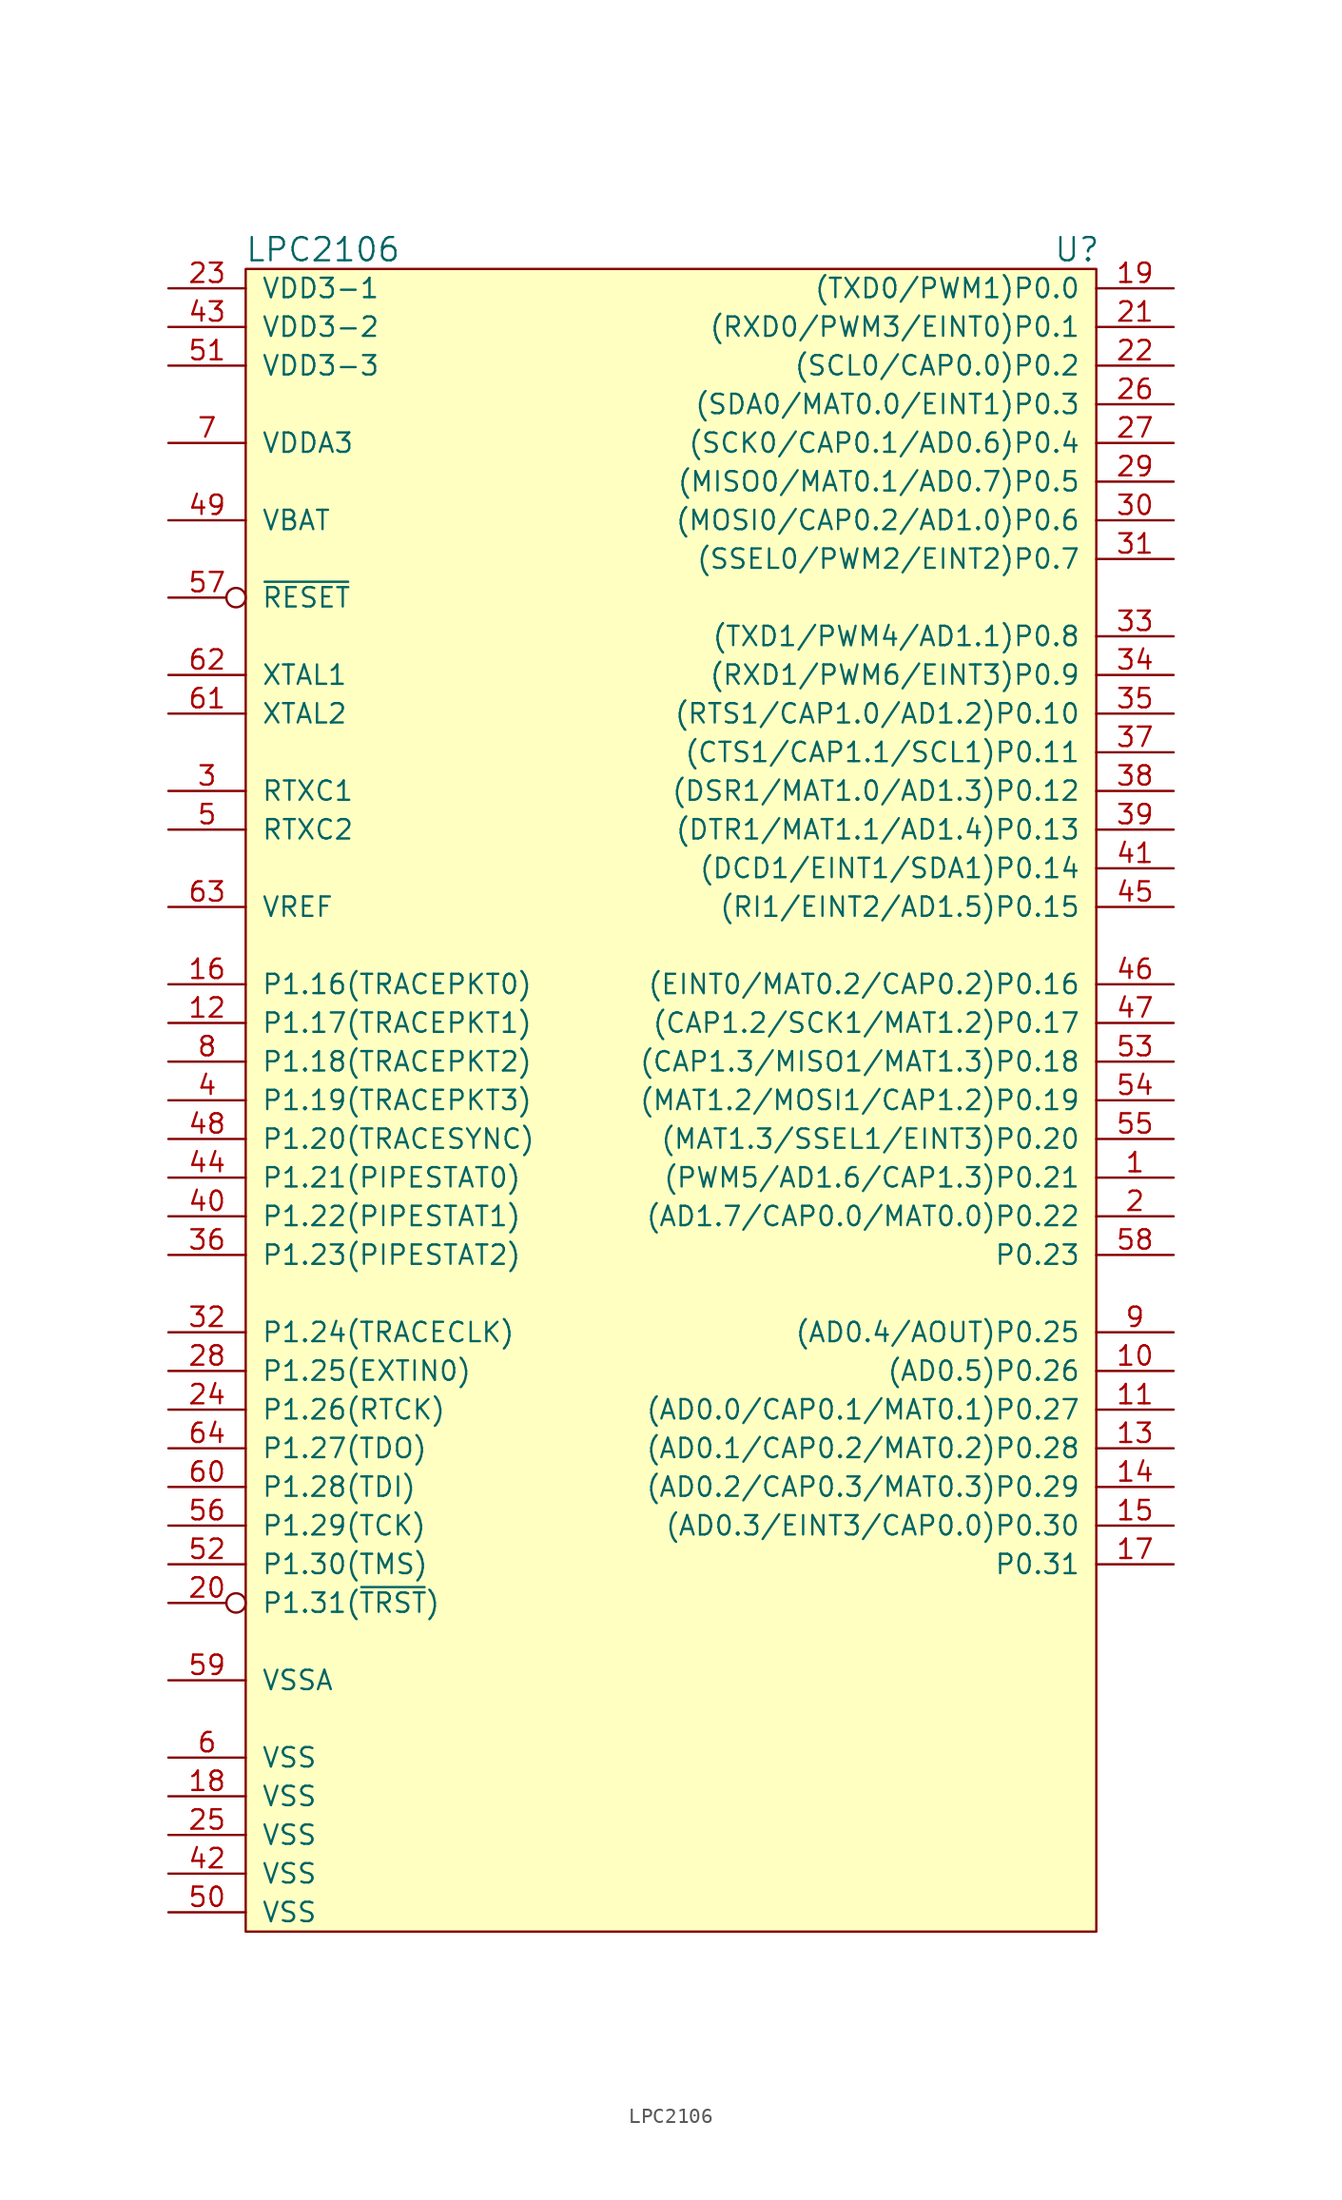
<source format=kicad_sym>
(kicad_symbol_lib
  (version 20211014)
  (generator kicad_symbol_editor)
  (symbol "LPC2106"
    (pin_names
      (offset 1.016))
    (property "Reference" "U"
      (at 59.69 35.56 0)
      (effects (font (size 1.524 1.524))))
    (property "Value" "LPC2106"
      (at 10.16 35.56 0)
      (effects (font (size 1.524 1.524))))
    (symbol "LPC2106_0_1"
      (rectangle (start 5.08 34.29) (end 60.96 -74.93) (stroke (width 0) (type default) (color 0 0 0 0)) (fill (type background))))
    (symbol "LPC2106_1_1"
      (pin bidirectional line (at 66.04 -25.4 180) (length 5.08) (name "(PWM5/AD1.6/CAP1.3)P0.21" (effects (font (size 1.27 1.27)))) (number "1" (effects (font (size 1.27 1.27)))))
      (pin bidirectional line (at 66.04 -38.1 180) (length 5.08) (name "(AD0.5)P0.26" (effects (font (size 1.27 1.27)))) (number "10" (effects (font (size 1.27 1.27)))))
      (pin bidirectional line (at 66.04 -40.64 180) (length 5.08) (name "(AD0.0/CAP0.1/MAT0.1)P0.27" (effects (font (size 1.27 1.27)))) (number "11" (effects (font (size 1.27 1.27)))))
      (pin bidirectional line (at 0 -15.24 0) (length 5.08) (name "P1.17(TRACEPKT1)" (effects (font (size 1.27 1.27)))) (number "12" (effects (font (size 1.27 1.27)))))
      (pin bidirectional line (at 66.04 -43.18 180) (length 5.08) (name "(AD0.1/CAP0.2/MAT0.2)P0.28" (effects (font (size 1.27 1.27)))) (number "13" (effects (font (size 1.27 1.27)))))
      (pin bidirectional line (at 66.04 -45.72 180) (length 5.08) (name "(AD0.2/CAP0.3/MAT0.3)P0.29" (effects (font (size 1.27 1.27)))) (number "14" (effects (font (size 1.27 1.27)))))
      (pin bidirectional line (at 66.04 -48.26 180) (length 5.08) (name "(AD0.3/EINT3/CAP0.0)P0.30" (effects (font (size 1.27 1.27)))) (number "15" (effects (font (size 1.27 1.27)))))
      (pin bidirectional line (at 0 -12.7 0) (length 5.08) (name "P1.16(TRACEPKT0)" (effects (font (size 1.27 1.27)))) (number "16" (effects (font (size 1.27 1.27)))))
      (pin bidirectional line (at 66.04 -50.8 180) (length 5.08) (name "P0.31" (effects (font (size 1.27 1.27)))) (number "17" (effects (font (size 1.27 1.27)))))
      (pin power_in line (at 0 -66.04 0) (length 5.08) (name "VSS" (effects (font (size 1.27 1.27)))) (number "18" (effects (font (size 1.27 1.27)))))
      (pin bidirectional line (at 66.04 33.02 180) (length 5.08) (name "(TXD0/PWM1)P0.0" (effects (font (size 1.27 1.27)))) (number "19" (effects (font (size 1.27 1.27)))))
      (pin bidirectional line (at 66.04 -27.94 180) (length 5.08) (name "(AD1.7/CAP0.0/MAT0.0)P0.22" (effects (font (size 1.27 1.27)))) (number "2" (effects (font (size 1.27 1.27)))))
      (pin bidirectional inverted (at 0 -53.34 0) (length 5.08) (name "P1.31(~{TRST})" (effects (font (size 1.27 1.27)))) (number "20" (effects (font (size 1.27 1.27)))))
      (pin bidirectional line (at 66.04 30.48 180) (length 5.08) (name "(RXD0/PWM3/EINT0)P0.1" (effects (font (size 1.27 1.27)))) (number "21" (effects (font (size 1.27 1.27)))))
      (pin bidirectional line (at 66.04 27.94 180) (length 5.08) (name "(SCL0/CAP0.0)P0.2" (effects (font (size 1.27 1.27)))) (number "22" (effects (font (size 1.27 1.27)))))
      (pin power_in line (at 0 33.02 0) (length 5.08) (name "VDD3-1" (effects (font (size 1.27 1.27)))) (number "23" (effects (font (size 1.27 1.27)))))
      (pin bidirectional line (at 0 -40.64 0) (length 5.08) (name "P1.26(RTCK)" (effects (font (size 1.27 1.27)))) (number "24" (effects (font (size 1.27 1.27)))))
      (pin power_in line (at 0 -68.58 0) (length 5.08) (name "VSS" (effects (font (size 1.27 1.27)))) (number "25" (effects (font (size 1.27 1.27)))))
      (pin bidirectional line (at 66.04 25.4 180) (length 5.08) (name "(SDA0/MAT0.0/EINT1)P0.3" (effects (font (size 1.27 1.27)))) (number "26" (effects (font (size 1.27 1.27)))))
      (pin bidirectional line (at 66.04 22.86 180) (length 5.08) (name "(SCK0/CAP0.1/AD0.6)P0.4" (effects (font (size 1.27 1.27)))) (number "27" (effects (font (size 1.27 1.27)))))
      (pin bidirectional line (at 0 -38.1 0) (length 5.08) (name "P1.25(EXTIN0)" (effects (font (size 1.27 1.27)))) (number "28" (effects (font (size 1.27 1.27)))))
      (pin bidirectional line (at 66.04 20.32 180) (length 5.08) (name "(MISO0/MAT0.1/AD0.7)P0.5" (effects (font (size 1.27 1.27)))) (number "29" (effects (font (size 1.27 1.27)))))
      (pin input line (at 0 0 0) (length 5.08) (name "RTXC1" (effects (font (size 1.27 1.27)))) (number "3" (effects (font (size 1.27 1.27)))))
      (pin bidirectional line (at 66.04 17.78 180) (length 5.08) (name "(MOSI0/CAP0.2/AD1.0)P0.6" (effects (font (size 1.27 1.27)))) (number "30" (effects (font (size 1.27 1.27)))))
      (pin bidirectional line (at 66.04 15.24 180) (length 5.08) (name "(SSEL0/PWM2/EINT2)P0.7" (effects (font (size 1.27 1.27)))) (number "31" (effects (font (size 1.27 1.27)))))
      (pin bidirectional line (at 0 -35.56 0) (length 5.08) (name "P1.24(TRACECLK)" (effects (font (size 1.27 1.27)))) (number "32" (effects (font (size 1.27 1.27)))))
      (pin bidirectional line (at 66.04 10.16 180) (length 5.08) (name "(TXD1/PWM4/AD1.1)P0.8" (effects (font (size 1.27 1.27)))) (number "33" (effects (font (size 1.27 1.27)))))
      (pin bidirectional line (at 66.04 7.62 180) (length 5.08) (name "(RXD1/PWM6/EINT3)P0.9" (effects (font (size 1.27 1.27)))) (number "34" (effects (font (size 1.27 1.27)))))
      (pin bidirectional line (at 66.04 5.08 180) (length 5.08) (name "(RTS1/CAP1.0/AD1.2)P0.10" (effects (font (size 1.27 1.27)))) (number "35" (effects (font (size 1.27 1.27)))))
      (pin bidirectional line (at 0 -30.48 0) (length 5.08) (name "P1.23(PIPESTAT2)" (effects (font (size 1.27 1.27)))) (number "36" (effects (font (size 1.27 1.27)))))
      (pin bidirectional line (at 66.04 2.54 180) (length 5.08) (name "(CTS1/CAP1.1/SCL1)P0.11" (effects (font (size 1.27 1.27)))) (number "37" (effects (font (size 1.27 1.27)))))
      (pin bidirectional line (at 66.04 0 180) (length 5.08) (name "(DSR1/MAT1.0/AD1.3)P0.12" (effects (font (size 1.27 1.27)))) (number "38" (effects (font (size 1.27 1.27)))))
      (pin bidirectional line (at 66.04 -2.54 180) (length 5.08) (name "(DTR1/MAT1.1/AD1.4)P0.13" (effects (font (size 1.27 1.27)))) (number "39" (effects (font (size 1.27 1.27)))))
      (pin bidirectional line (at 0 -20.32 0) (length 5.08) (name "P1.19(TRACEPKT3)" (effects (font (size 1.27 1.27)))) (number "4" (effects (font (size 1.27 1.27)))))
      (pin bidirectional line (at 0 -27.94 0) (length 5.08) (name "P1.22(PIPESTAT1)" (effects (font (size 1.27 1.27)))) (number "40" (effects (font (size 1.27 1.27)))))
      (pin bidirectional line (at 66.04 -5.08 180) (length 5.08) (name "(DCD1/EINT1/SDA1)P0.14" (effects (font (size 1.27 1.27)))) (number "41" (effects (font (size 1.27 1.27)))))
      (pin power_in line (at 0 -71.12 0) (length 5.08) (name "VSS" (effects (font (size 1.27 1.27)))) (number "42" (effects (font (size 1.27 1.27)))))
      (pin power_in line (at 0 30.48 0) (length 5.08) (name "VDD3-2" (effects (font (size 1.27 1.27)))) (number "43" (effects (font (size 1.27 1.27)))))
      (pin bidirectional line (at 0 -25.4 0) (length 5.08) (name "P1.21(PIPESTAT0)" (effects (font (size 1.27 1.27)))) (number "44" (effects (font (size 1.27 1.27)))))
      (pin bidirectional line (at 66.04 -7.62 180) (length 5.08) (name "(RI1/EINT2/AD1.5)P0.15" (effects (font (size 1.27 1.27)))) (number "45" (effects (font (size 1.27 1.27)))))
      (pin bidirectional line (at 66.04 -12.7 180) (length 5.08) (name "(EINT0/MAT0.2/CAP0.2)P0.16" (effects (font (size 1.27 1.27)))) (number "46" (effects (font (size 1.27 1.27)))))
      (pin bidirectional line (at 66.04 -15.24 180) (length 5.08) (name "(CAP1.2/SCK1/MAT1.2)P0.17" (effects (font (size 1.27 1.27)))) (number "47" (effects (font (size 1.27 1.27)))))
      (pin bidirectional line (at 0 -22.86 0) (length 5.08) (name "P1.20(TRACESYNC)" (effects (font (size 1.27 1.27)))) (number "48" (effects (font (size 1.27 1.27)))))
      (pin power_in line (at 0 17.78 0) (length 5.08) (name "VBAT" (effects (font (size 1.27 1.27)))) (number "49" (effects (font (size 1.27 1.27)))))
      (pin output line (at 0 -2.54 0) (length 5.08) (name "RTXC2" (effects (font (size 1.27 1.27)))) (number "5" (effects (font (size 1.27 1.27)))))
      (pin power_in line (at 0 -73.66 0) (length 5.08) (name "VSS" (effects (font (size 1.27 1.27)))) (number "50" (effects (font (size 1.27 1.27)))))
      (pin power_in line (at 0 27.94 0) (length 5.08) (name "VDD3-3" (effects (font (size 1.27 1.27)))) (number "51" (effects (font (size 1.27 1.27)))))
      (pin bidirectional line (at 0 -50.8 0) (length 5.08) (name "P1.30(TMS)" (effects (font (size 1.27 1.27)))) (number "52" (effects (font (size 1.27 1.27)))))
      (pin bidirectional line (at 66.04 -17.78 180) (length 5.08) (name "(CAP1.3/MISO1/MAT1.3)P0.18" (effects (font (size 1.27 1.27)))) (number "53" (effects (font (size 1.27 1.27)))))
      (pin bidirectional line (at 66.04 -20.32 180) (length 5.08) (name "(MAT1.2/MOSI1/CAP1.2)P0.19" (effects (font (size 1.27 1.27)))) (number "54" (effects (font (size 1.27 1.27)))))
      (pin bidirectional line (at 66.04 -22.86 180) (length 5.08) (name "(MAT1.3/SSEL1/EINT3)P0.20" (effects (font (size 1.27 1.27)))) (number "55" (effects (font (size 1.27 1.27)))))
      (pin bidirectional line (at 0 -48.26 0) (length 5.08) (name "P1.29(TCK)" (effects (font (size 1.27 1.27)))) (number "56" (effects (font (size 1.27 1.27)))))
      (pin bidirectional inverted (at 0 12.7 0) (length 5.08) (name "~{RESET}" (effects (font (size 1.27 1.27)))) (number "57" (effects (font (size 1.27 1.27)))))
      (pin bidirectional line (at 66.04 -30.48 180) (length 5.08) (name "P0.23" (effects (font (size 1.27 1.27)))) (number "58" (effects (font (size 1.27 1.27)))))
      (pin power_in line (at 0 -58.42 0) (length 5.08) (name "VSSA" (effects (font (size 1.27 1.27)))) (number "59" (effects (font (size 1.27 1.27)))))
      (pin power_in line (at 0 -63.5 0) (length 5.08) (name "VSS" (effects (font (size 1.27 1.27)))) (number "6" (effects (font (size 1.27 1.27)))))
      (pin bidirectional line (at 0 -45.72 0) (length 5.08) (name "P1.28(TDI)" (effects (font (size 1.27 1.27)))) (number "60" (effects (font (size 1.27 1.27)))))
      (pin output line (at 0 5.08 0) (length 5.08) (name "XTAL2" (effects (font (size 1.27 1.27)))) (number "61" (effects (font (size 1.27 1.27)))))
      (pin input line (at 0 7.62 0) (length 5.08) (name "XTAL1" (effects (font (size 1.27 1.27)))) (number "62" (effects (font (size 1.27 1.27)))))
      (pin input line (at 0 -7.62 0) (length 5.08) (name "VREF" (effects (font (size 1.27 1.27)))) (number "63" (effects (font (size 1.27 1.27)))))
      (pin bidirectional line (at 0 -43.18 0) (length 5.08) (name "P1.27(TDO)" (effects (font (size 1.27 1.27)))) (number "64" (effects (font (size 1.27 1.27)))))
      (pin power_in line (at 0 22.86 0) (length 5.08) (name "VDDA3" (effects (font (size 1.27 1.27)))) (number "7" (effects (font (size 1.27 1.27)))))
      (pin bidirectional line (at 0 -17.78 0) (length 5.08) (name "P1.18(TRACEPKT2)" (effects (font (size 1.27 1.27)))) (number "8" (effects (font (size 1.27 1.27)))))
      (pin bidirectional line (at 66.04 -35.56 180) (length 5.08) (name "(AD0.4/AOUT)P0.25" (effects (font (size 1.27 1.27)))) (number "9" (effects (font (size 1.27 1.27))))))))
</source>
